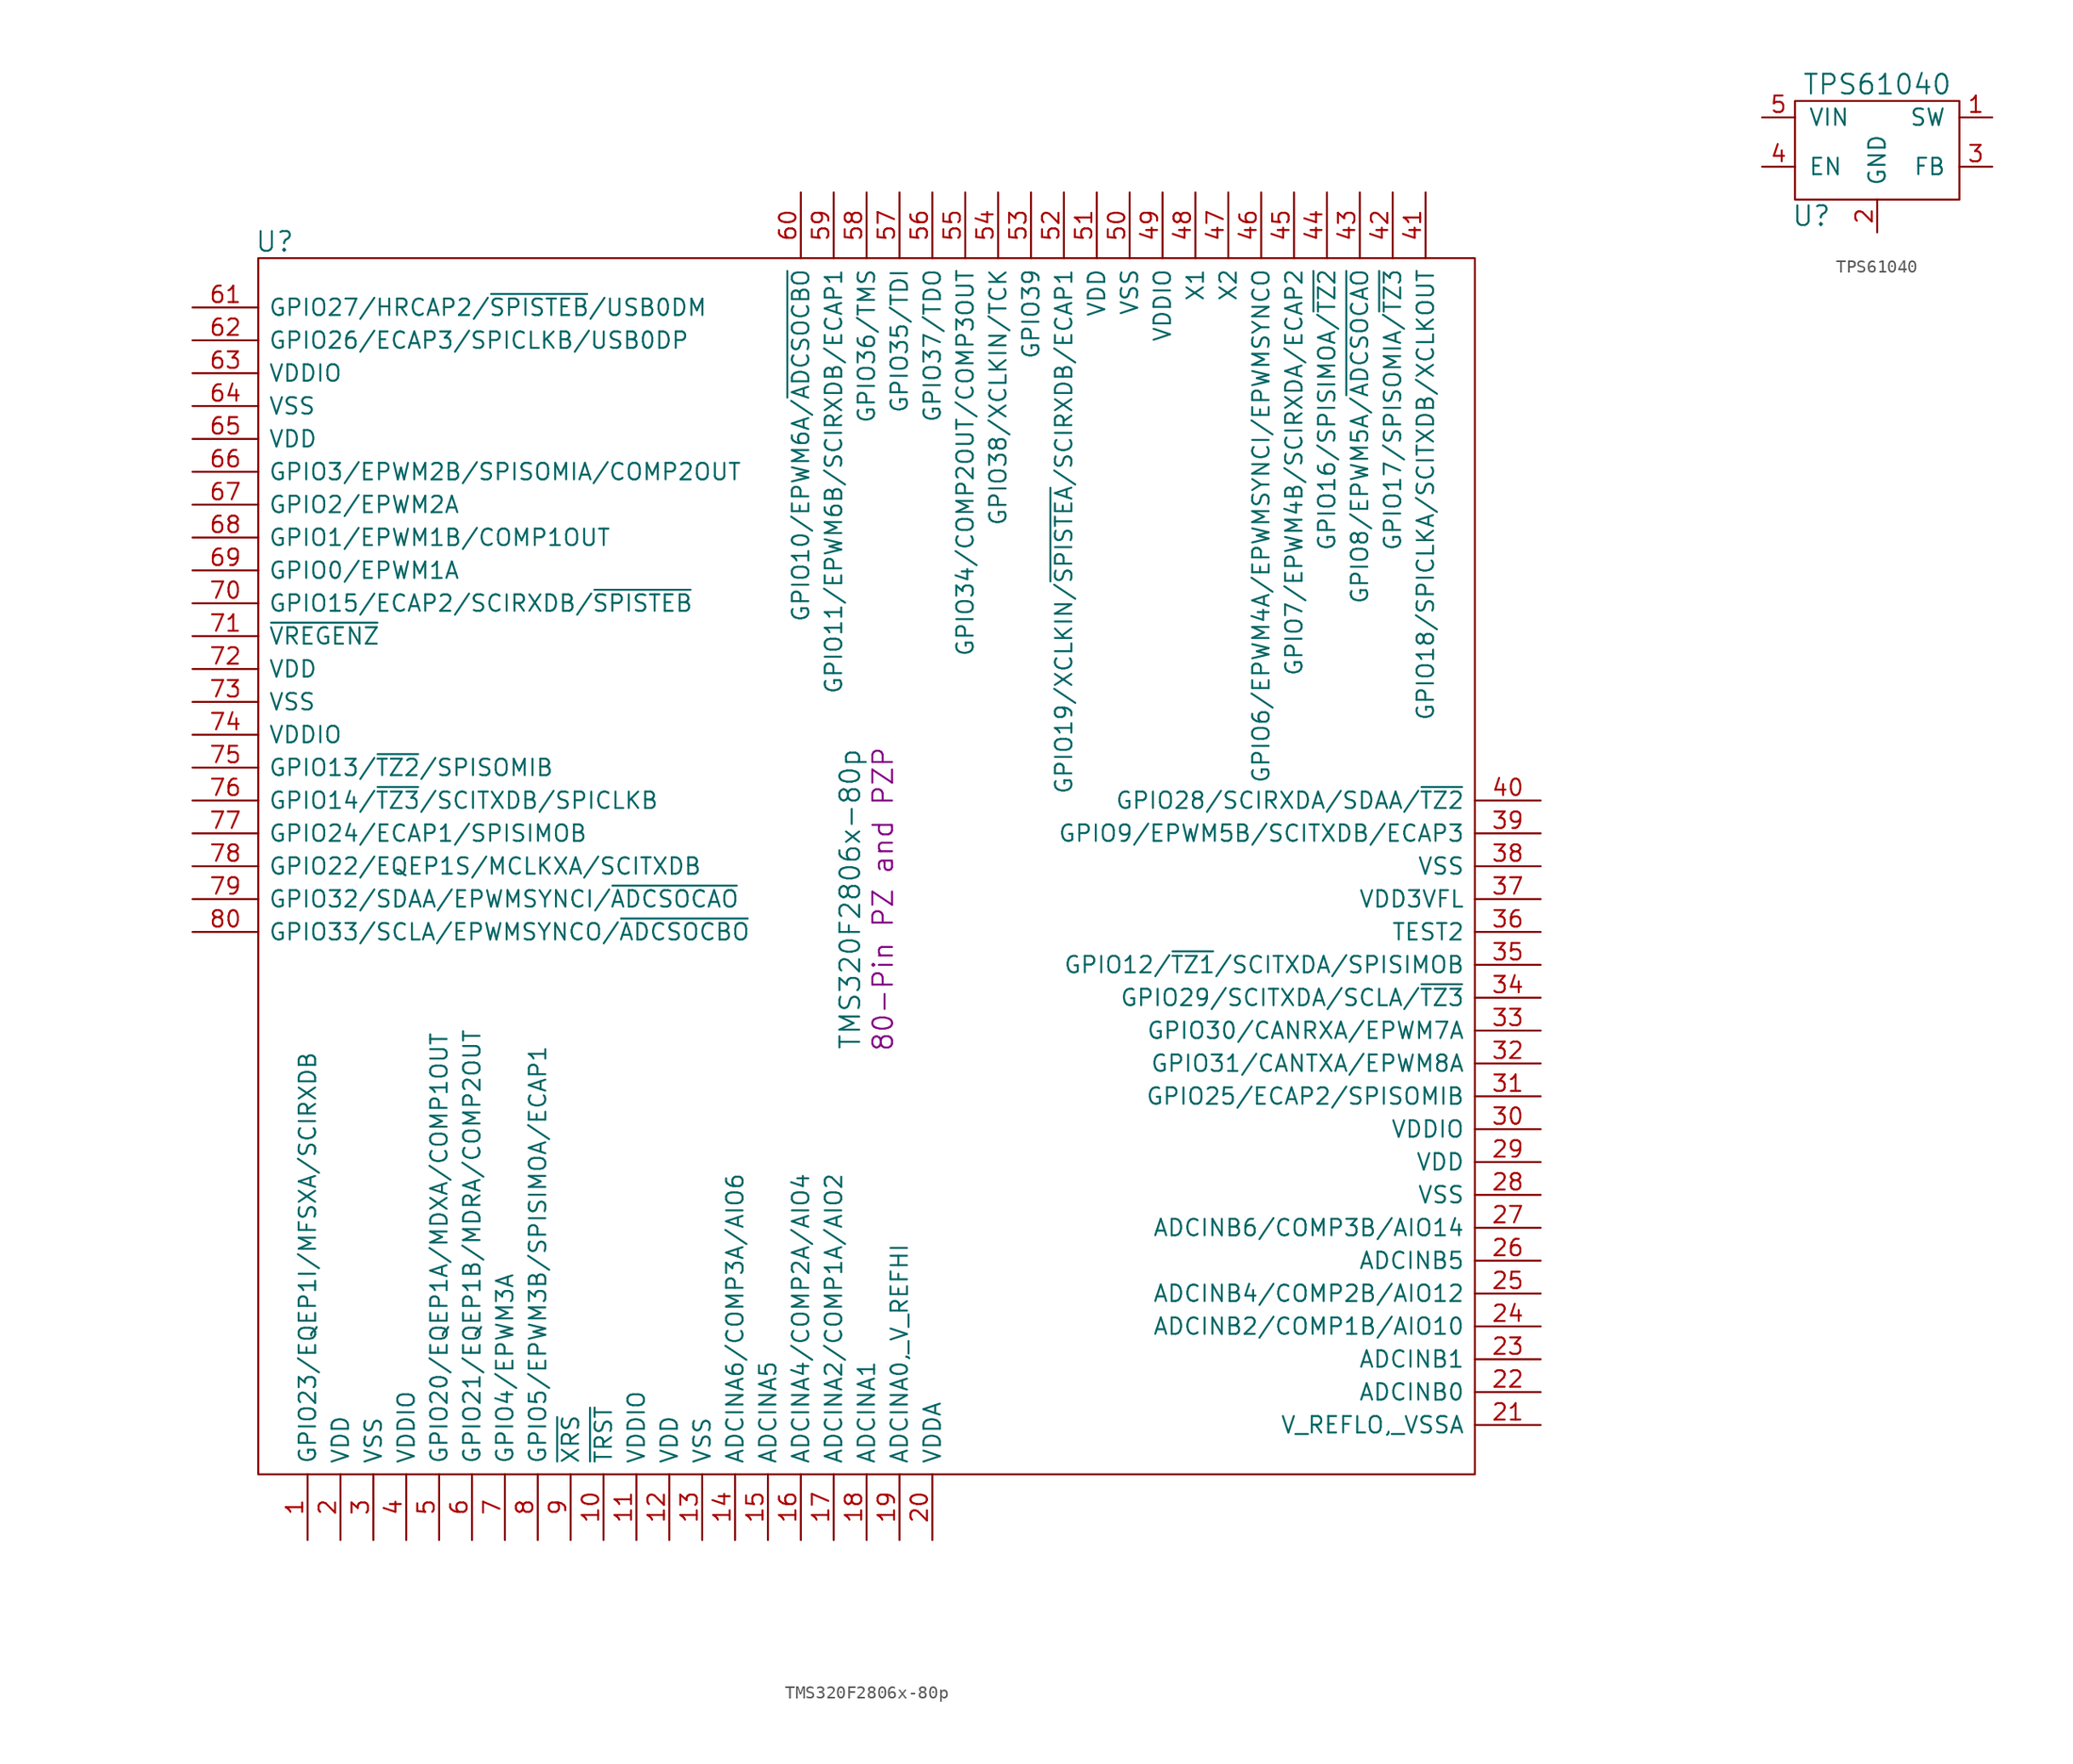
<source format=kicad_sym>
(kicad_symbol_lib
  (version 20220914)
  (generator kicad_symbol_editor)
  (symbol "TMS320F2806x-80p"
    (pin_names
      (offset 0.762))
    (property "Reference" "U"
      (at -45.72 48.26 0)
      (effects (font (size 1.524 1.524))))
    (property "Value" "TMS320F2806x-80p"
      (at -1.27 -2.54 90)
      (effects (font (size 1.524 1.524))))
    (property "Footprint" "80-Pin PZ and PZP"
      (at 1.27 -2.54 90)
      (effects (font (size 1.524 1.524))))
    (symbol "TMS320F2806x-80p_0_1"
      (rectangle (start -46.99 46.99) (end 46.99 -46.99) (stroke (width 0) (type default)) (fill (type none))))
    (symbol "TMS320F2806x-80p_1_1"
      (pin bidirectional line (at -43.18 -52.07 90) (length 5.08) (name "GPIO23/EQEP1I/MFSXA/SCIRXDB" (effects (font (size 1.27 1.27)))) (number "1" (effects (font (size 1.27 1.27)))))
      (pin bidirectional line (at -20.32 -52.07 90) (length 5.08) (name "~{TRST}" (effects (font (size 1.27 1.27)))) (number "10" (effects (font (size 1.27 1.27)))))
      (pin bidirectional line (at -17.78 -52.07 90) (length 5.08) (name "VDDIO" (effects (font (size 1.27 1.27)))) (number "11" (effects (font (size 1.27 1.27)))))
      (pin power_in line (at -15.24 -52.07 90) (length 5.08) (name "VDD" (effects (font (size 1.27 1.27)))) (number "12" (effects (font (size 1.27 1.27)))))
      (pin power_in line (at -12.7 -52.07 90) (length 5.08) (name "VSS" (effects (font (size 1.27 1.27)))) (number "13" (effects (font (size 1.27 1.27)))))
      (pin bidirectional line (at -10.16 -52.07 90) (length 5.08) (name "ADCINA6/COMP3A/AIO6" (effects (font (size 1.27 1.27)))) (number "14" (effects (font (size 1.27 1.27)))))
      (pin bidirectional line (at -7.62 -52.07 90) (length 5.08) (name "ADCINA5" (effects (font (size 1.27 1.27)))) (number "15" (effects (font (size 1.27 1.27)))))
      (pin bidirectional line (at -5.08 -52.07 90) (length 5.08) (name "ADCINA4/COMP2A/AIO4" (effects (font (size 1.27 1.27)))) (number "16" (effects (font (size 1.27 1.27)))))
      (pin bidirectional line (at -2.54 -52.07 90) (length 5.08) (name "ADCINA2/COMP1A/AIO2" (effects (font (size 1.27 1.27)))) (number "17" (effects (font (size 1.27 1.27)))))
      (pin bidirectional line (at 0 -52.07 90) (length 5.08) (name "ADCINA1" (effects (font (size 1.27 1.27)))) (number "18" (effects (font (size 1.27 1.27)))))
      (pin bidirectional line (at 2.54 -52.07 90) (length 5.08) (name "ADCINA0,_V_REFHI" (effects (font (size 1.27 1.27)))) (number "19" (effects (font (size 1.27 1.27)))))
      (pin power_in line (at -40.64 -52.07 90) (length 5.08) (name "VDD" (effects (font (size 1.27 1.27)))) (number "2" (effects (font (size 1.27 1.27)))))
      (pin power_in line (at 5.08 -52.07 90) (length 5.08) (name "VDDA" (effects (font (size 1.27 1.27)))) (number "20" (effects (font (size 1.27 1.27)))))
      (pin power_in line (at 52.07 -43.18 180) (length 5.08) (name "V_REFLO,_VSSA" (effects (font (size 1.27 1.27)))) (number "21" (effects (font (size 1.27 1.27)))))
      (pin bidirectional line (at 52.07 -40.64 180) (length 5.08) (name "ADCINB0" (effects (font (size 1.27 1.27)))) (number "22" (effects (font (size 1.27 1.27)))))
      (pin bidirectional line (at 52.07 -38.1 180) (length 5.08) (name "ADCINB1" (effects (font (size 1.27 1.27)))) (number "23" (effects (font (size 1.27 1.27)))))
      (pin bidirectional line (at 52.07 -35.56 180) (length 5.08) (name "ADCINB2/COMP1B/AIO10" (effects (font (size 1.27 1.27)))) (number "24" (effects (font (size 1.27 1.27)))))
      (pin bidirectional line (at 52.07 -33.02 180) (length 5.08) (name "ADCINB4/COMP2B/AIO12" (effects (font (size 1.27 1.27)))) (number "25" (effects (font (size 1.27 1.27)))))
      (pin bidirectional line (at 52.07 -30.48 180) (length 5.08) (name "ADCINB5" (effects (font (size 1.27 1.27)))) (number "26" (effects (font (size 1.27 1.27)))))
      (pin bidirectional line (at 52.07 -27.94 180) (length 5.08) (name "ADCINB6/COMP3B/AIO14" (effects (font (size 1.27 1.27)))) (number "27" (effects (font (size 1.27 1.27)))))
      (pin power_in line (at 52.07 -25.4 180) (length 5.08) (name "VSS" (effects (font (size 1.27 1.27)))) (number "28" (effects (font (size 1.27 1.27)))))
      (pin power_in line (at 52.07 -22.86 180) (length 5.08) (name "VDD" (effects (font (size 1.27 1.27)))) (number "29" (effects (font (size 1.27 1.27)))))
      (pin power_in line (at -38.1 -52.07 90) (length 5.08) (name "VSS" (effects (font (size 1.27 1.27)))) (number "3" (effects (font (size 1.27 1.27)))))
      (pin bidirectional line (at 52.07 -20.32 180) (length 5.08) (name "VDDIO" (effects (font (size 1.27 1.27)))) (number "30" (effects (font (size 1.27 1.27)))))
      (pin bidirectional line (at 52.07 -17.78 180) (length 5.08) (name "GPIO25/ECAP2/SPISOMIB" (effects (font (size 1.27 1.27)))) (number "31" (effects (font (size 1.27 1.27)))))
      (pin bidirectional line (at 52.07 -15.24 180) (length 5.08) (name "GPIO31/CANTXA/EPWM8A" (effects (font (size 1.27 1.27)))) (number "32" (effects (font (size 1.27 1.27)))))
      (pin bidirectional line (at 52.07 -12.7 180) (length 5.08) (name "GPIO30/CANRXA/EPWM7A" (effects (font (size 1.27 1.27)))) (number "33" (effects (font (size 1.27 1.27)))))
      (pin bidirectional line (at 52.07 -10.16 180) (length 5.08) (name "GPIO29/SCITXDA/SCLA/~{TZ3}" (effects (font (size 1.27 1.27)))) (number "34" (effects (font (size 1.27 1.27)))))
      (pin bidirectional line (at 52.07 -7.62 180) (length 5.08) (name "GPIO12/~{TZ1}/SCITXDA/SPISIMOB" (effects (font (size 1.27 1.27)))) (number "35" (effects (font (size 1.27 1.27)))))
      (pin bidirectional line (at 52.07 -5.08 180) (length 5.08) (name "TEST2" (effects (font (size 1.27 1.27)))) (number "36" (effects (font (size 1.27 1.27)))))
      (pin power_in line (at 52.07 -2.54 180) (length 5.08) (name "VDD3VFL" (effects (font (size 1.27 1.27)))) (number "37" (effects (font (size 1.27 1.27)))))
      (pin power_in line (at 52.07 0 180) (length 5.08) (name "VSS" (effects (font (size 1.27 1.27)))) (number "38" (effects (font (size 1.27 1.27)))))
      (pin bidirectional line (at 52.07 2.54 180) (length 5.08) (name "GPIO9/EPWM5B/SCITXDB/ECAP3" (effects (font (size 1.27 1.27)))) (number "39" (effects (font (size 1.27 1.27)))))
      (pin bidirectional line (at -35.56 -52.07 90) (length 5.08) (name "VDDIO" (effects (font (size 1.27 1.27)))) (number "4" (effects (font (size 1.27 1.27)))))
      (pin bidirectional line (at 52.07 5.08 180) (length 5.08) (name "GPIO28/SCIRXDA/SDAA/~{TZ2}" (effects (font (size 1.27 1.27)))) (number "40" (effects (font (size 1.27 1.27)))))
      (pin bidirectional line (at 43.18 52.07 270) (length 5.08) (name "GPIO18/SPICLKA/SCITXDB/XCLKOUT" (effects (font (size 1.27 1.27)))) (number "41" (effects (font (size 1.27 1.27)))))
      (pin bidirectional line (at 40.64 52.07 270) (length 5.08) (name "GPIO17/SPISOMIA/~{TZ3}" (effects (font (size 1.27 1.27)))) (number "42" (effects (font (size 1.27 1.27)))))
      (pin bidirectional line (at 38.1 52.07 270) (length 5.08) (name "GPIO8/EPWM5A/~{ADCSOCAO}" (effects (font (size 1.27 1.27)))) (number "43" (effects (font (size 1.27 1.27)))))
      (pin bidirectional line (at 35.56 52.07 270) (length 5.08) (name "GPIO16/SPISIMOA/~{TZ2}" (effects (font (size 1.27 1.27)))) (number "44" (effects (font (size 1.27 1.27)))))
      (pin bidirectional line (at 33.02 52.07 270) (length 5.08) (name "GPIO7/EPWM4B/SCIRXDA/ECAP2" (effects (font (size 1.27 1.27)))) (number "45" (effects (font (size 1.27 1.27)))))
      (pin bidirectional line (at 30.48 52.07 270) (length 5.08) (name "GPIO6/EPWM4A/EPWMSYNCI/EPWMSYNCO" (effects (font (size 1.27 1.27)))) (number "46" (effects (font (size 1.27 1.27)))))
      (pin bidirectional line (at 27.94 52.07 270) (length 5.08) (name "X2" (effects (font (size 1.27 1.27)))) (number "47" (effects (font (size 1.27 1.27)))))
      (pin bidirectional line (at 25.4 52.07 270) (length 5.08) (name "X1" (effects (font (size 1.27 1.27)))) (number "48" (effects (font (size 1.27 1.27)))))
      (pin bidirectional line (at 22.86 52.07 270) (length 5.08) (name "VDDIO" (effects (font (size 1.27 1.27)))) (number "49" (effects (font (size 1.27 1.27)))))
      (pin bidirectional line (at -33.02 -52.07 90) (length 5.08) (name "GPIO20/EQEP1A/MDXA/COMP1OUT" (effects (font (size 1.27 1.27)))) (number "5" (effects (font (size 1.27 1.27)))))
      (pin power_in line (at 20.32 52.07 270) (length 5.08) (name "VSS" (effects (font (size 1.27 1.27)))) (number "50" (effects (font (size 1.27 1.27)))))
      (pin power_in line (at 17.78 52.07 270) (length 5.08) (name "VDD" (effects (font (size 1.27 1.27)))) (number "51" (effects (font (size 1.27 1.27)))))
      (pin bidirectional line (at 15.24 52.07 270) (length 5.08) (name "GPIO19/XCLKIN/~{SPISTEA}/SCIRXDB/ECAP1" (effects (font (size 1.27 1.27)))) (number "52" (effects (font (size 1.27 1.27)))))
      (pin bidirectional line (at 12.7 52.07 270) (length 5.08) (name "GPIO39" (effects (font (size 1.27 1.27)))) (number "53" (effects (font (size 1.27 1.27)))))
      (pin bidirectional line (at 10.16 52.07 270) (length 5.08) (name "GPIO38/XCLKIN/TCK" (effects (font (size 1.27 1.27)))) (number "54" (effects (font (size 1.27 1.27)))))
      (pin bidirectional line (at 7.62 52.07 270) (length 5.08) (name "GPIO34/COMP2OUT/COMP3OUT" (effects (font (size 1.27 1.27)))) (number "55" (effects (font (size 1.27 1.27)))))
      (pin bidirectional line (at 5.08 52.07 270) (length 5.08) (name "GPIO37/TDO" (effects (font (size 1.27 1.27)))) (number "56" (effects (font (size 1.27 1.27)))))
      (pin bidirectional line (at 2.54 52.07 270) (length 5.08) (name "GPIO35/TDI" (effects (font (size 1.27 1.27)))) (number "57" (effects (font (size 1.27 1.27)))))
      (pin bidirectional line (at 0 52.07 270) (length 5.08) (name "GPIO36/TMS" (effects (font (size 1.27 1.27)))) (number "58" (effects (font (size 1.27 1.27)))))
      (pin bidirectional line (at -2.54 52.07 270) (length 5.08) (name "GPIO11/EPWM6B/SCIRXDB/ECAP1" (effects (font (size 1.27 1.27)))) (number "59" (effects (font (size 1.27 1.27)))))
      (pin bidirectional line (at -30.48 -52.07 90) (length 5.08) (name "GPIO21/EQEP1B/MDRA/COMP2OUT" (effects (font (size 1.27 1.27)))) (number "6" (effects (font (size 1.27 1.27)))))
      (pin bidirectional line (at -5.08 52.07 270) (length 5.08) (name "GPIO10/EPWM6A/~{ADCSOCBO}" (effects (font (size 1.27 1.27)))) (number "60" (effects (font (size 1.27 1.27)))))
      (pin bidirectional line (at -52.07 43.18 0) (length 5.08) (name "GPIO27/HRCAP2/~{SPISTEB}/USB0DM" (effects (font (size 1.27 1.27)))) (number "61" (effects (font (size 1.27 1.27)))))
      (pin bidirectional line (at -52.07 40.64 0) (length 5.08) (name "GPIO26/ECAP3/SPICLKB/USB0DP" (effects (font (size 1.27 1.27)))) (number "62" (effects (font (size 1.27 1.27)))))
      (pin bidirectional line (at -52.07 38.1 0) (length 5.08) (name "VDDIO" (effects (font (size 1.27 1.27)))) (number "63" (effects (font (size 1.27 1.27)))))
      (pin power_in line (at -52.07 35.56 0) (length 5.08) (name "VSS" (effects (font (size 1.27 1.27)))) (number "64" (effects (font (size 1.27 1.27)))))
      (pin power_in line (at -52.07 33.02 0) (length 5.08) (name "VDD" (effects (font (size 1.27 1.27)))) (number "65" (effects (font (size 1.27 1.27)))))
      (pin bidirectional line (at -52.07 30.48 0) (length 5.08) (name "GPIO3/EPWM2B/SPISOMIA/COMP2OUT" (effects (font (size 1.27 1.27)))) (number "66" (effects (font (size 1.27 1.27)))))
      (pin bidirectional line (at -52.07 27.94 0) (length 5.08) (name "GPIO2/EPWM2A" (effects (font (size 1.27 1.27)))) (number "67" (effects (font (size 1.27 1.27)))))
      (pin bidirectional line (at -52.07 25.4 0) (length 5.08) (name "GPIO1/EPWM1B/COMP1OUT" (effects (font (size 1.27 1.27)))) (number "68" (effects (font (size 1.27 1.27)))))
      (pin bidirectional line (at -52.07 22.86 0) (length 5.08) (name "GPIO0/EPWM1A" (effects (font (size 1.27 1.27)))) (number "69" (effects (font (size 1.27 1.27)))))
      (pin bidirectional line (at -27.94 -52.07 90) (length 5.08) (name "GPIO4/EPWM3A" (effects (font (size 1.27 1.27)))) (number "7" (effects (font (size 1.27 1.27)))))
      (pin bidirectional line (at -52.07 20.32 0) (length 5.08) (name "GPIO15/ECAP2/SCIRXDB/~{SPISTEB}" (effects (font (size 1.27 1.27)))) (number "70" (effects (font (size 1.27 1.27)))))
      (pin bidirectional line (at -52.07 17.78 0) (length 5.08) (name "~{VREGENZ}" (effects (font (size 1.27 1.27)))) (number "71" (effects (font (size 1.27 1.27)))))
      (pin power_in line (at -52.07 15.24 0) (length 5.08) (name "VDD" (effects (font (size 1.27 1.27)))) (number "72" (effects (font (size 1.27 1.27)))))
      (pin power_in line (at -52.07 12.7 0) (length 5.08) (name "VSS" (effects (font (size 1.27 1.27)))) (number "73" (effects (font (size 1.27 1.27)))))
      (pin bidirectional line (at -52.07 10.16 0) (length 5.08) (name "VDDIO" (effects (font (size 1.27 1.27)))) (number "74" (effects (font (size 1.27 1.27)))))
      (pin bidirectional line (at -52.07 7.62 0) (length 5.08) (name "GPIO13/~{TZ2}/SPISOMIB" (effects (font (size 1.27 1.27)))) (number "75" (effects (font (size 1.27 1.27)))))
      (pin bidirectional line (at -52.07 5.08 0) (length 5.08) (name "GPIO14/~{TZ3}/SCITXDB/SPICLKB" (effects (font (size 1.27 1.27)))) (number "76" (effects (font (size 1.27 1.27)))))
      (pin bidirectional line (at -52.07 2.54 0) (length 5.08) (name "GPIO24/ECAP1/SPISIMOB" (effects (font (size 1.27 1.27)))) (number "77" (effects (font (size 1.27 1.27)))))
      (pin bidirectional line (at -52.07 0 0) (length 5.08) (name "GPIO22/EQEP1S/MCLKXA/SCITXDB" (effects (font (size 1.27 1.27)))) (number "78" (effects (font (size 1.27 1.27)))))
      (pin bidirectional line (at -52.07 -2.54 0) (length 5.08) (name "GPIO32/SDAA/EPWMSYNCI/~{ADCSOCAO}" (effects (font (size 1.27 1.27)))) (number "79" (effects (font (size 1.27 1.27)))))
      (pin bidirectional line (at -25.4 -52.07 90) (length 5.08) (name "GPIO5/EPWM3B/SPISIMOA/ECAP1" (effects (font (size 1.27 1.27)))) (number "8" (effects (font (size 1.27 1.27)))))
      (pin bidirectional line (at -52.07 -5.08 0) (length 5.08) (name "GPIO33/SCLA/EPWMSYNCO/~{ADCSOCBO}" (effects (font (size 1.27 1.27)))) (number "80" (effects (font (size 1.27 1.27)))))
      (pin bidirectional line (at -22.86 -52.07 90) (length 5.08) (name "~{XRS}" (effects (font (size 1.27 1.27)))) (number "9" (effects (font (size 1.27 1.27)))))))
  (symbol "TPS61040"
    (pin_names
      (offset 1.016))
    (property "Reference" "U"
      (at -5.08 -5.08 0)
      (effects (font (size 1.524 1.524))))
    (property "Value" "TPS61040"
      (at 0 5.08 0)
      (effects (font (size 1.524 1.524))))
    (property "Footprint" ""
      (at -1.27 0 0)
      (effects (font (size 1.524 1.524))))
    (property "Datasheet" ""
      (at -1.27 0 0)
      (effects (font (size 1.524 1.524))))
    (symbol "TPS61040_0_1"
      (rectangle (start -6.35 3.81) (end 6.35 -3.81) (stroke (width 0) (type default)) (fill (type none))))
    (symbol "TPS61040_1_1"
      (pin bidirectional line (at 8.89 2.54 180) (length 2.54) (name "SW" (effects (font (size 1.27 1.27)))) (number "1" (effects (font (size 1.27 1.27)))))
      (pin input line (at 0 -6.35 90) (length 2.54) (name "GND" (effects (font (size 1.27 1.27)))) (number "2" (effects (font (size 1.27 1.27)))))
      (pin bidirectional line (at 8.89 -1.27 180) (length 2.54) (name "FB" (effects (font (size 1.27 1.27)))) (number "3" (effects (font (size 1.27 1.27)))))
      (pin bidirectional line (at -8.89 -1.27 0) (length 2.54) (name "EN" (effects (font (size 1.27 1.27)))) (number "4" (effects (font (size 1.27 1.27)))))
      (pin input line (at -8.89 2.54 0) (length 2.54) (name "VIN" (effects (font (size 1.27 1.27)))) (number "5" (effects (font (size 1.27 1.27))))))))
</source>
